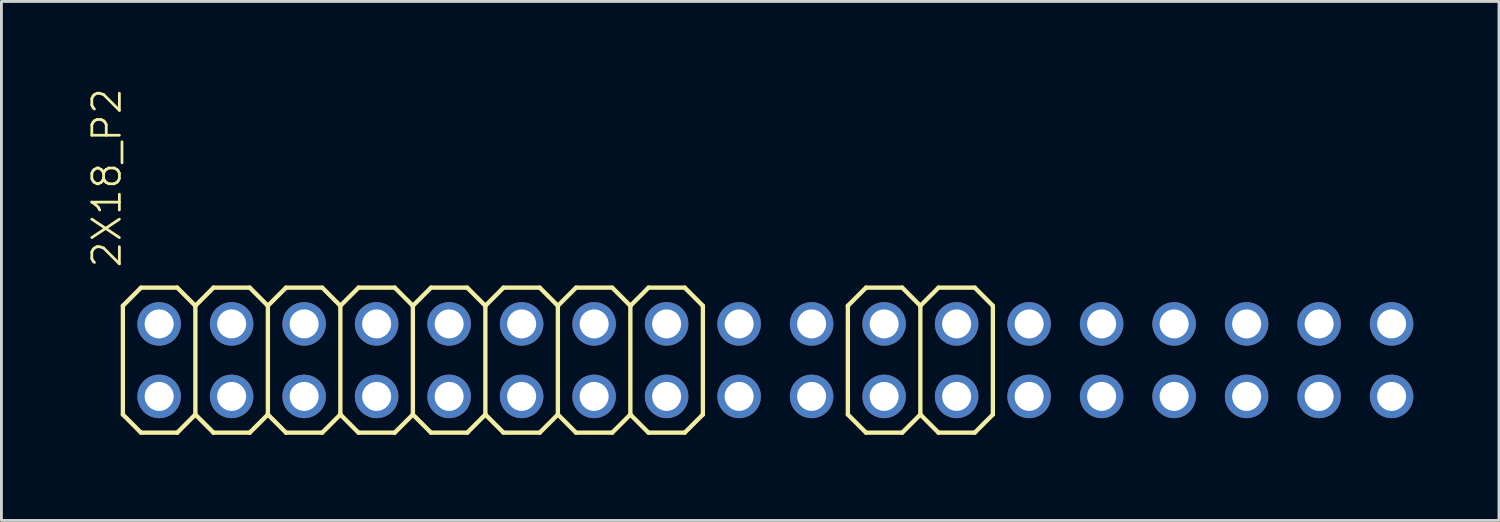
<source format=kicad_pcb>
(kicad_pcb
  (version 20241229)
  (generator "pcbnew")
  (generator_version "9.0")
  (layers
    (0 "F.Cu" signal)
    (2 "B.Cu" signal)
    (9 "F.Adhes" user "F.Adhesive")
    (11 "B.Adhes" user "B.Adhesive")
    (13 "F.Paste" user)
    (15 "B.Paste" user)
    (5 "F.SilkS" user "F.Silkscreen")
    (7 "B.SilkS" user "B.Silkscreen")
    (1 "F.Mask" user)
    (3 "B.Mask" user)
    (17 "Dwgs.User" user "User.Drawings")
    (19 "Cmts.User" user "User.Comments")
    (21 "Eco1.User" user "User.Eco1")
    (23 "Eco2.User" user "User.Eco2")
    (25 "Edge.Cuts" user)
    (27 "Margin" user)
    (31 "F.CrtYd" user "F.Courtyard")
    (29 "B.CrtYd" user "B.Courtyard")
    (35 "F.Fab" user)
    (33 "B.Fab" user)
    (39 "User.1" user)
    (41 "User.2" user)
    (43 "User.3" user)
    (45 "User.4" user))
  (footprint "2X18_P2"
    (layer "F.Cu")
    (at 24.115 9.568)
    (property "Reference" "2X18_P2" (at -22.86 -3.175 90) (layer "F.SilkS") (effects (font (size 0.965 0.965) (thickness 0.097)) (justify left bottom)))
    (attr through_hole)
    (fp_line (start -22.86 -1.905) (end -22.225 -2.54) (stroke (width 0.152) (type solid)) (layer "F.SilkS"))
    (fp_line (start -22.86 1.905) (end -22.86 -1.905) (stroke (width 0.152) (type solid)) (layer "F.SilkS"))
    (fp_line (start -22.86 1.905) (end -22.225 2.54) (stroke (width 0.152) (type solid)) (layer "F.SilkS"))
    (fp_line (start -22.225 -2.54) (end -20.955 -2.54) (stroke (width 0.152) (type solid)) (layer "F.SilkS"))
    (fp_line (start -22.225 2.54) (end -20.955 2.54) (stroke (width 0.152) (type solid)) (layer "F.SilkS"))
    (fp_line (start -20.955 -2.54) (end -20.32 -1.905) (stroke (width 0.152) (type solid)) (layer "F.SilkS"))
    (fp_line (start -20.955 2.54) (end -20.32 1.905) (stroke (width 0.152) (type solid)) (layer "F.SilkS"))
    (fp_line (start -20.32 -1.905) (end -20.32 1.905) (stroke (width 0.152) (type solid)) (layer "F.SilkS"))
    (fp_line (start -20.32 -1.905) (end -19.685 -2.54) (stroke (width 0.152) (type solid)) (layer "F.SilkS"))
    (fp_line (start -20.32 1.905) (end -19.685 2.54) (stroke (width 0.152) (type solid)) (layer "F.SilkS"))
    (fp_line (start -19.685 -2.54) (end -18.415 -2.54) (stroke (width 0.152) (type solid)) (layer "F.SilkS"))
    (fp_line (start -19.685 2.54) (end -18.415 2.54) (stroke (width 0.152) (type solid)) (layer "F.SilkS"))
    (fp_line (start -18.415 -2.54) (end -17.78 -1.905) (stroke (width 0.152) (type solid)) (layer "F.SilkS"))
    (fp_line (start -18.415 2.54) (end -17.78 1.905) (stroke (width 0.152) (type solid)) (layer "F.SilkS"))
    (fp_line (start -17.78 -1.905) (end -17.78 1.905) (stroke (width 0.152) (type solid)) (layer "F.SilkS"))
    (fp_line (start -17.78 -1.905) (end -17.145 -2.54) (stroke (width 0.152) (type solid)) (layer "F.SilkS"))
    (fp_line (start -17.78 1.905) (end -17.145 2.54) (stroke (width 0.152) (type solid)) (layer "F.SilkS"))
    (fp_line (start -17.145 -2.54) (end -15.875 -2.54) (stroke (width 0.152) (type solid)) (layer "F.SilkS"))
    (fp_line (start -17.145 2.54) (end -15.875 2.54) (stroke (width 0.152) (type solid)) (layer "F.SilkS"))
    (fp_line (start -15.875 -2.54) (end -15.24 -1.905) (stroke (width 0.152) (type solid)) (layer "F.SilkS"))
    (fp_line (start -15.875 2.54) (end -15.24 1.905) (stroke (width 0.152) (type solid)) (layer "F.SilkS"))
    (fp_line (start -15.24 -1.905) (end -15.24 1.905) (stroke (width 0.152) (type solid)) (layer "F.SilkS"))
    (fp_line (start -15.24 -1.905) (end -14.605 -2.54) (stroke (width 0.152) (type solid)) (layer "F.SilkS"))
    (fp_line (start -15.24 1.905) (end -14.605 2.54) (stroke (width 0.152) (type solid)) (layer "F.SilkS"))
    (fp_line (start -14.605 -2.54) (end -13.335 -2.54) (stroke (width 0.152) (type solid)) (layer "F.SilkS"))
    (fp_line (start -14.605 2.54) (end -13.335 2.54) (stroke (width 0.152) (type solid)) (layer "F.SilkS"))
    (fp_line (start -13.335 -2.54) (end -12.7 -1.905) (stroke (width 0.152) (type solid)) (layer "F.SilkS"))
    (fp_line (start -13.335 2.54) (end -12.7 1.905) (stroke (width 0.152) (type solid)) (layer "F.SilkS"))
    (fp_line (start -12.7 -1.905) (end -12.7 1.905) (stroke (width 0.152) (type solid)) (layer "F.SilkS"))
    (fp_line (start -12.7 -1.905) (end -12.065 -2.54) (stroke (width 0.152) (type solid)) (layer "F.SilkS"))
    (fp_line (start -12.7 1.905) (end -12.065 2.54) (stroke (width 0.152) (type solid)) (layer "F.SilkS"))
    (fp_line (start -12.065 -2.54) (end -10.795 -2.54) (stroke (width 0.152) (type solid)) (layer "F.SilkS"))
    (fp_line (start -12.065 2.54) (end -10.795 2.54) (stroke (width 0.152) (type solid)) (layer "F.SilkS"))
    (fp_line (start -10.795 -2.54) (end -10.16 -1.905) (stroke (width 0.152) (type solid)) (layer "F.SilkS"))
    (fp_line (start -10.795 2.54) (end -10.16 1.905) (stroke (width 0.152) (type solid)) (layer "F.SilkS"))
    (fp_line (start -10.16 -1.905) (end -10.16 1.905) (stroke (width 0.152) (type solid)) (layer "F.SilkS"))
    (fp_line (start -10.16 -1.905) (end -9.525 -2.54) (stroke (width 0.152) (type solid)) (layer "F.SilkS"))
    (fp_line (start -10.16 1.905) (end -9.525 2.54) (stroke (width 0.152) (type solid)) (layer "F.SilkS"))
    (fp_line (start -9.525 -2.54) (end -8.255 -2.54) (stroke (width 0.152) (type solid)) (layer "F.SilkS"))
    (fp_line (start -9.525 2.54) (end -8.255 2.54) (stroke (width 0.152) (type solid)) (layer "F.SilkS"))
    (fp_line (start -8.255 -2.54) (end -7.62 -1.905) (stroke (width 0.152) (type solid)) (layer "F.SilkS"))
    (fp_line (start -8.255 2.54) (end -7.62 1.905) (stroke (width 0.152) (type solid)) (layer "F.SilkS"))
    (fp_line (start -7.62 -1.905) (end -7.62 1.905) (stroke (width 0.152) (type solid)) (layer "F.SilkS"))
    (fp_line (start -7.62 -1.905) (end -6.985 -2.54) (stroke (width 0.152) (type solid)) (layer "F.SilkS"))
    (fp_line (start -7.62 1.905) (end -6.985 2.54) (stroke (width 0.152) (type solid)) (layer "F.SilkS"))
    (fp_line (start -6.985 -2.54) (end -5.715 -2.54) (stroke (width 0.152) (type solid)) (layer "F.SilkS"))
    (fp_line (start -5.715 -2.54) (end -5.08 -1.905) (stroke (width 0.152) (type solid)) (layer "F.SilkS"))
    (fp_line (start -5.715 2.54) (end -6.985 2.54) (stroke (width 0.152) (type solid)) (layer "F.SilkS"))
    (fp_line (start -5.08 -1.905) (end -5.08 1.905) (stroke (width 0.152) (type solid)) (layer "F.SilkS"))
    (fp_line (start -5.08 -1.905) (end -4.445 -2.54) (stroke (width 0.152) (type solid)) (layer "F.SilkS"))
    (fp_line (start -5.08 1.905) (end -5.715 2.54) (stroke (width 0.152) (type solid)) (layer "F.SilkS"))
    (fp_line (start -5.08 1.905) (end -4.445 2.54) (stroke (width 0.152) (type solid)) (layer "F.SilkS"))
    (fp_line (start -4.445 -2.54) (end -3.175 -2.54) (stroke (width 0.152) (type solid)) (layer "F.SilkS"))
    (fp_line (start -3.175 -2.54) (end -2.54 -1.905) (stroke (width 0.152) (type solid)) (layer "F.SilkS"))
    (fp_line (start -3.175 2.54) (end -4.445 2.54) (stroke (width 0.152) (type solid)) (layer "F.SilkS"))
    (fp_line (start -2.54 -1.905) (end -2.54 1.905) (stroke (width 0.152) (type solid)) (layer "F.SilkS"))
    (fp_line (start -2.54 1.905) (end -3.175 2.54) (stroke (width 0.152) (type solid)) (layer "F.SilkS"))
    (fp_line (start 2.54 -1.905) (end 2.54 1.905) (stroke (width 0.152) (type solid)) (layer "F.SilkS"))
    (fp_line (start 2.54 -1.905) (end 3.175 -2.54) (stroke (width 0.152) (type solid)) (layer "F.SilkS"))
    (fp_line (start 2.54 1.905) (end 3.175 2.54) (stroke (width 0.152) (type solid)) (layer "F.SilkS"))
    (fp_line (start 3.175 -2.54) (end 4.445 -2.54) (stroke (width 0.152) (type solid)) (layer "F.SilkS"))
    (fp_line (start 4.445 -2.54) (end 5.08 -1.905) (stroke (width 0.152) (type solid)) (layer "F.SilkS"))
    (fp_line (start 4.445 2.54) (end 3.175 2.54) (stroke (width 0.152) (type solid)) (layer "F.SilkS"))
    (fp_line (start 5.08 -1.905) (end 5.08 1.905) (stroke (width 0.152) (type solid)) (layer "F.SilkS"))
    (fp_line (start 5.08 -1.905) (end 5.715 -2.54) (stroke (width 0.152) (type solid)) (layer "F.SilkS"))
    (fp_line (start 5.08 1.905) (end 4.445 2.54) (stroke (width 0.152) (type solid)) (layer "F.SilkS"))
    (fp_line (start 5.08 1.905) (end 5.715 2.54) (stroke (width 0.152) (type solid)) (layer "F.SilkS"))
    (fp_line (start 5.715 -2.54) (end 6.985 -2.54) (stroke (width 0.152) (type solid)) (layer "F.SilkS"))
    (fp_line (start 6.985 2.54) (end 5.715 2.54) (stroke (width 0.152) (type solid)) (layer "F.SilkS"))
    (fp_line (start 7.62 -1.905) (end 6.985 -2.54) (stroke (width 0.152) (type solid)) (layer "F.SilkS"))
    (fp_line (start 7.62 -1.905) (end 7.62 1.905) (stroke (width 0.152) (type solid)) (layer "F.SilkS"))
    (fp_line (start 7.62 1.905) (end 6.985 2.54) (stroke (width 0.152) (type solid)) (layer "F.SilkS"))
    (fp_poly (pts (xy -21.844 -1.016) (xy -21.336 -1.016) (xy -21.336 -1.524) (xy -21.844 -1.524)) (stroke (width 0.1) (type solid)) (fill no) (layer "F.Fab"))
    (fp_poly (pts (xy -21.844 1.524) (xy -21.336 1.524) (xy -21.336 1.016) (xy -21.844 1.016)) (stroke (width 0.1) (type solid)) (fill no) (layer "F.Fab"))
    (fp_poly (pts (xy -19.304 -1.016) (xy -18.796 -1.016) (xy -18.796 -1.524) (xy -19.304 -1.524)) (stroke (width 0.1) (type solid)) (fill no) (layer "F.Fab"))
    (fp_poly (pts (xy -19.304 1.524) (xy -18.796 1.524) (xy -18.796 1.016) (xy -19.304 1.016)) (stroke (width 0.1) (type solid)) (fill no) (layer "F.Fab"))
    (fp_poly (pts (xy -16.764 -1.016) (xy -16.256 -1.016) (xy -16.256 -1.524) (xy -16.764 -1.524)) (stroke (width 0.1) (type solid)) (fill no) (layer "F.Fab"))
    (fp_poly (pts (xy -16.764 1.524) (xy -16.256 1.524) (xy -16.256 1.016) (xy -16.764 1.016)) (stroke (width 0.1) (type solid)) (fill no) (layer "F.Fab"))
    (fp_poly (pts (xy -14.224 -1.016) (xy -13.716 -1.016) (xy -13.716 -1.524) (xy -14.224 -1.524)) (stroke (width 0.1) (type solid)) (fill no) (layer "F.Fab"))
    (fp_poly (pts (xy -14.224 1.524) (xy -13.716 1.524) (xy -13.716 1.016) (xy -14.224 1.016)) (stroke (width 0.1) (type solid)) (fill no) (layer "F.Fab"))
    (fp_poly (pts (xy -11.684 -1.016) (xy -11.176 -1.016) (xy -11.176 -1.524) (xy -11.684 -1.524)) (stroke (width 0.1) (type solid)) (fill no) (layer "F.Fab"))
    (fp_poly (pts (xy -11.684 1.524) (xy -11.176 1.524) (xy -11.176 1.016) (xy -11.684 1.016)) (stroke (width 0.1) (type solid)) (fill no) (layer "F.Fab"))
    (fp_poly (pts (xy -9.144 -1.016) (xy -8.636 -1.016) (xy -8.636 -1.524) (xy -9.144 -1.524)) (stroke (width 0.1) (type solid)) (fill no) (layer "F.Fab"))
    (fp_poly (pts (xy -9.144 1.524) (xy -8.636 1.524) (xy -8.636 1.016) (xy -9.144 1.016)) (stroke (width 0.1) (type solid)) (fill no) (layer "F.Fab"))
    (fp_poly (pts (xy -6.604 -1.016) (xy -6.096 -1.016) (xy -6.096 -1.524) (xy -6.604 -1.524)) (stroke (width 0.1) (type solid)) (fill no) (layer "F.Fab"))
    (fp_poly (pts (xy -6.604 1.524) (xy -6.096 1.524) (xy -6.096 1.016) (xy -6.604 1.016)) (stroke (width 0.1) (type solid)) (fill no) (layer "F.Fab"))
    (fp_poly (pts (xy -4.064 -1.016) (xy -3.556 -1.016) (xy -3.556 -1.524) (xy -4.064 -1.524)) (stroke (width 0.1) (type solid)) (fill no) (layer "F.Fab"))
    (fp_poly (pts (xy -4.064 1.524) (xy -3.556 1.524) (xy -3.556 1.016) (xy -4.064 1.016)) (stroke (width 0.1) (type solid)) (fill no) (layer "F.Fab"))
    (fp_poly (pts (xy 3.556 -1.016) (xy 4.064 -1.016) (xy 4.064 -1.524) (xy 3.556 -1.524)) (stroke (width 0.1) (type solid)) (fill no) (layer "F.Fab"))
    (fp_poly (pts (xy 3.556 1.524) (xy 4.064 1.524) (xy 4.064 1.016) (xy 3.556 1.016)) (stroke (width 0.1) (type solid)) (fill no) (layer "F.Fab"))
    (fp_poly (pts (xy 6.096 -1.016) (xy 6.604 -1.016) (xy 6.604 -1.524) (xy 6.096 -1.524)) (stroke (width 0.1) (type solid)) (fill no) (layer "F.Fab"))
    (fp_poly (pts (xy 6.096 1.524) (xy 6.604 1.524) (xy 6.604 1.016) (xy 6.096 1.016)) (stroke (width 0.1) (type solid)) (fill no) (layer "F.Fab"))
    (pad "1" thru_hole circle (at -21.59 1.27) (size 1.524 1.524) (drill 1.016) (layers "*.Cu" "*.Mask"))
    (pad "2" thru_hole circle (at -21.59 -1.27) (size 1.524 1.524) (drill 1.016) (layers "*.Cu" "*.Mask"))
    (pad "3" thru_hole circle (at -19.05 1.27) (size 1.524 1.524) (drill 1.016) (layers "*.Cu" "*.Mask"))
    (pad "4" thru_hole circle (at -19.05 -1.27) (size 1.524 1.524) (drill 1.016) (layers "*.Cu" "*.Mask"))
    (pad "5" thru_hole circle (at -16.51 1.27) (size 1.524 1.524) (drill 1.016) (layers "*.Cu" "*.Mask"))
    (pad "6" thru_hole circle (at -16.51 -1.27) (size 1.524 1.524) (drill 1.016) (layers "*.Cu" "*.Mask"))
    (pad "7" thru_hole circle (at -13.97 1.27) (size 1.524 1.524) (drill 1.016) (layers "*.Cu" "*.Mask"))
    (pad "8" thru_hole circle (at -13.97 -1.27) (size 1.524 1.524) (drill 1.016) (layers "*.Cu" "*.Mask"))
    (pad "9" thru_hole circle (at -11.43 1.27) (size 1.524 1.524) (drill 1.016) (layers "*.Cu" "*.Mask"))
    (pad "10" thru_hole circle (at -11.43 -1.27) (size 1.524 1.524) (drill 1.016) (layers "*.Cu" "*.Mask"))
    (pad "11" thru_hole circle (at -8.89 1.27) (size 1.524 1.524) (drill 1.016) (layers "*.Cu" "*.Mask"))
    (pad "12" thru_hole circle (at -8.89 -1.27) (size 1.524 1.524) (drill 1.016) (layers "*.Cu" "*.Mask"))
    (pad "13" thru_hole circle (at -6.35 1.27) (size 1.524 1.524) (drill 1.016) (layers "*.Cu" "*.Mask"))
    (pad "14" thru_hole circle (at -6.35 -1.27) (size 1.524 1.524) (drill 1.016) (layers "*.Cu" "*.Mask"))
    (pad "15" thru_hole circle (at -3.81 1.27) (size 1.524 1.524) (drill 1.016) (layers "*.Cu" "*.Mask"))
    (pad "16" thru_hole circle (at -3.81 -1.27) (size 1.524 1.524) (drill 1.016) (layers "*.Cu" "*.Mask"))
    (pad "17" thru_hole circle (at -1.27 1.27) (size 1.524 1.524) (drill 1.016) (layers "*.Cu" "*.Mask"))
    (pad "18" thru_hole circle (at -1.27 -1.27) (size 1.524 1.524) (drill 1.016) (layers "*.Cu" "*.Mask"))
    (pad "19" thru_hole circle (at 1.27 1.27) (size 1.524 1.524) (drill 1.016) (layers "*.Cu" "*.Mask"))
    (pad "20" thru_hole circle (at 1.27 -1.27) (size 1.524 1.524) (drill 1.016) (layers "*.Cu" "*.Mask"))
    (pad "21" thru_hole circle (at 3.81 1.27) (size 1.524 1.524) (drill 1.016) (layers "*.Cu" "*.Mask"))
    (pad "22" thru_hole circle (at 3.81 -1.27) (size 1.524 1.524) (drill 1.016) (layers "*.Cu" "*.Mask"))
    (pad "23" thru_hole circle (at 6.35 1.27) (size 1.524 1.524) (drill 1.016) (layers "*.Cu" "*.Mask"))
    (pad "24" thru_hole circle (at 6.35 -1.27) (size 1.524 1.524) (drill 1.016) (layers "*.Cu" "*.Mask"))
    (pad "25" thru_hole circle (at 8.89 1.27) (size 1.524 1.524) (drill 1.016) (layers "*.Cu" "*.Mask"))
    (pad "26" thru_hole circle (at 8.89 -1.27) (size 1.524 1.524) (drill 1.016) (layers "*.Cu" "*.Mask"))
    (pad "27" thru_hole circle (at 11.43 1.27) (size 1.524 1.524) (drill 1.016) (layers "*.Cu" "*.Mask"))
    (pad "28" thru_hole circle (at 11.43 -1.27) (size 1.524 1.524) (drill 1.016) (layers "*.Cu" "*.Mask"))
    (pad "29" thru_hole circle (at 13.97 1.27) (size 1.524 1.524) (drill 1.016) (layers "*.Cu" "*.Mask"))
    (pad "30" thru_hole circle (at 13.97 -1.27) (size 1.524 1.524) (drill 1.016) (layers "*.Cu" "*.Mask"))
    (pad "31" thru_hole circle (at 16.51 1.27) (size 1.524 1.524) (drill 1.016) (layers "*.Cu" "*.Mask"))
    (pad "32" thru_hole circle (at 16.51 -1.27) (size 1.524 1.524) (drill 1.016) (layers "*.Cu" "*.Mask"))
    (pad "33" thru_hole circle (at 19.05 1.27) (size 1.524 1.524) (drill 1.016) (layers "*.Cu" "*.Mask"))
    (pad "34" thru_hole circle (at 19.05 -1.27) (size 1.524 1.524) (drill 1.016) (layers "*.Cu" "*.Mask"))
    (pad "35" thru_hole circle (at 21.59 1.27) (size 1.524 1.524) (drill 1.016) (layers "*.Cu" "*.Mask"))
    (pad "36" thru_hole circle (at 21.59 -1.27) (size 1.524 1.524) (drill 1.016) (layers "*.Cu" "*.Mask")))
  (gr_rect
    (start -3 -3)
    (end 49.467 15.184)
    (stroke (width 0.1) (type default))
    (fill no)
    (layer "Edge.Cuts")))
</source>
